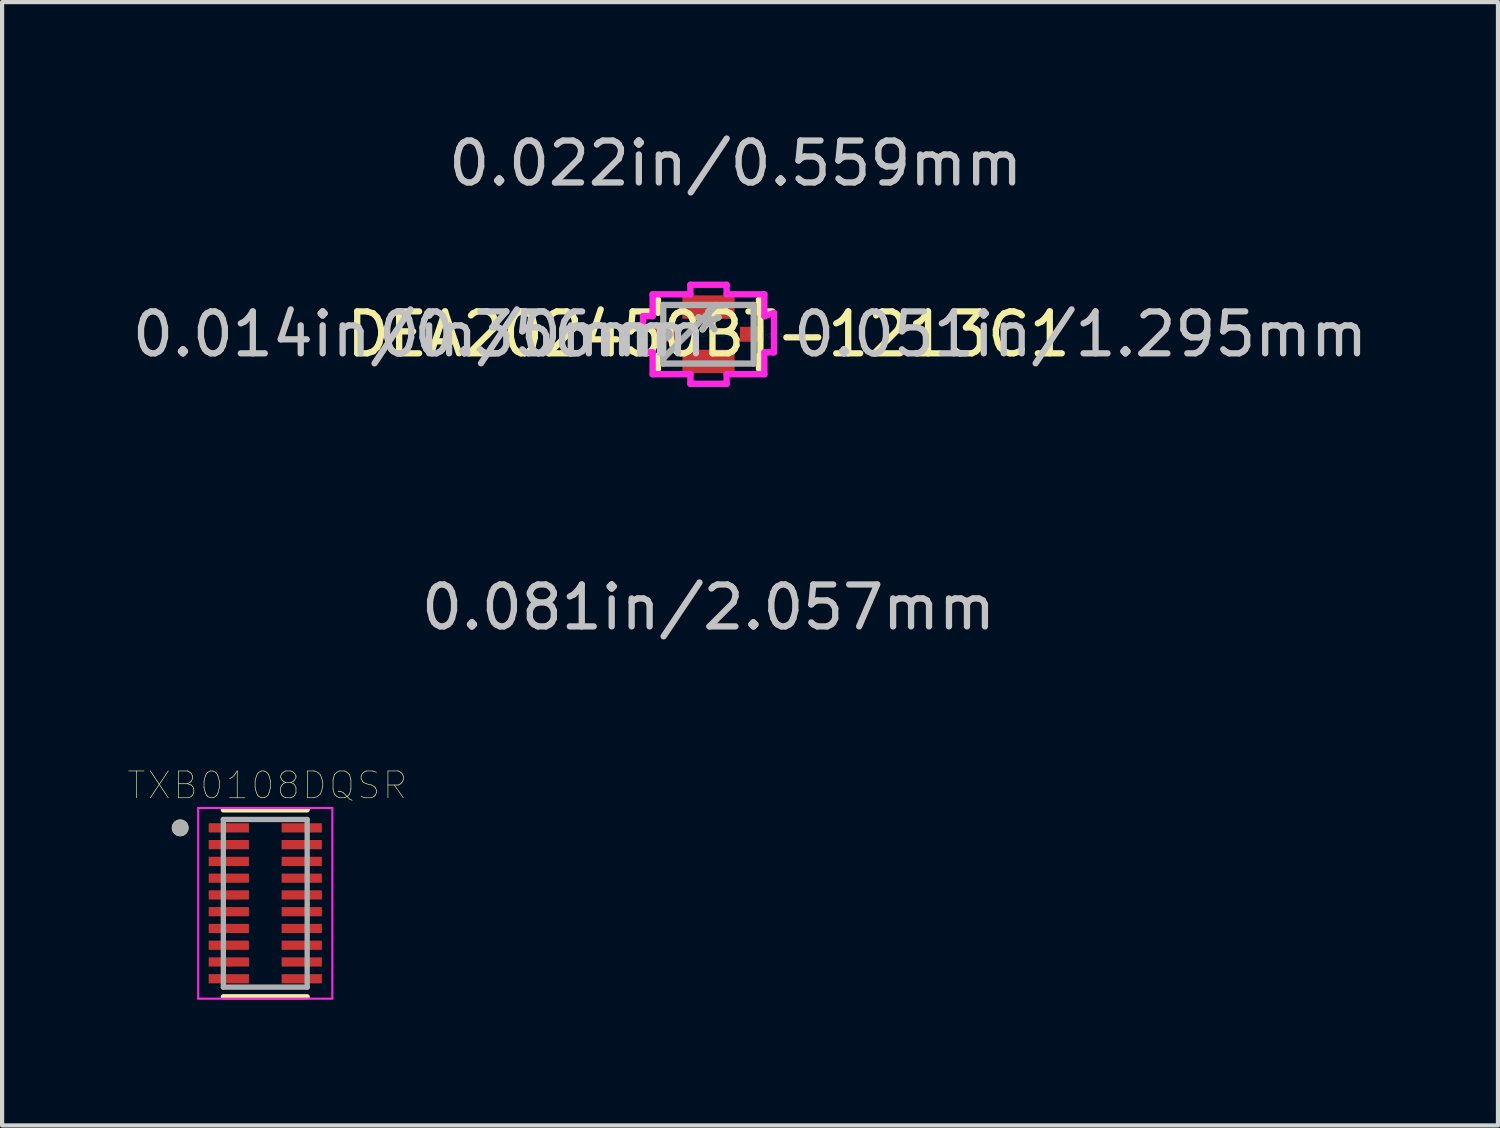
<source format=kicad_pcb>
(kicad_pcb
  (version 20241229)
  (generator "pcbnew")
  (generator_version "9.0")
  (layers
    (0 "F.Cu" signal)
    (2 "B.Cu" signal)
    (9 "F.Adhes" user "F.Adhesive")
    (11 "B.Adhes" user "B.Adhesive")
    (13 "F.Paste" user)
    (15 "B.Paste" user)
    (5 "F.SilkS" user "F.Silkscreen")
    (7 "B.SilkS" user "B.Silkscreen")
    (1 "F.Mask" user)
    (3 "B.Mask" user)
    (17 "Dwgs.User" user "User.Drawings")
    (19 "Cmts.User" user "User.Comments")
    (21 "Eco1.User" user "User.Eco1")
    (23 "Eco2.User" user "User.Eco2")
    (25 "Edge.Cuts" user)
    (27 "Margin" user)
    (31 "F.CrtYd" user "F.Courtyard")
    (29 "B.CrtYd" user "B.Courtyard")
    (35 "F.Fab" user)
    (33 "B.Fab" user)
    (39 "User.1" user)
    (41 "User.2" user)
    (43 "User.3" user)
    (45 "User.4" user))
  (footprint "TXB0108DQSR"
    (layer "F.Cu")
    (at 3.279 18.502)
    (property "Reference" "TXB0108DQSR" (at 0.047 -2.813 0) (layer "F.SilkS") (effects (font (size 0.64 0.64) (thickness 0.015))))
    (attr through_hole)
    (fp_line (start -1 -2.23) (end 1 -2.23) (stroke (width 0.127) (type solid)) (layer "F.SilkS"))
    (fp_line (start -1 2.23) (end 1 2.23) (stroke (width 0.127) (type solid)) (layer "F.SilkS"))
    (fp_circle (center -2.03 -1.8) (end -1.93 -1.8) (stroke (width 0.2) (type solid)) (fill no) (layer "F.SilkS"))
    (fp_line (start -1.6 -2.275) (end -1.6 2.275) (stroke (width 0.05) (type solid)) (layer "F.CrtYd"))
    (fp_line (start -1.6 -2.275) (end 1.6 -2.275) (stroke (width 0.05) (type solid)) (layer "F.CrtYd"))
    (fp_line (start -1.6 2.275) (end 1.6 2.275) (stroke (width 0.05) (type solid)) (layer "F.CrtYd"))
    (fp_line (start 1.6 -2.275) (end 1.6 2.275) (stroke (width 0.05) (type solid)) (layer "F.CrtYd"))
    (fp_line (start -1 -2) (end -1 2) (stroke (width 0.127) (type solid)) (layer "F.Fab"))
    (fp_line (start -1 -2) (end 1 -2) (stroke (width 0.127) (type solid)) (layer "F.Fab"))
    (fp_line (start -1 2) (end 1 2) (stroke (width 0.127) (type solid)) (layer "F.Fab"))
    (fp_line (start 1 -2) (end 1 2) (stroke (width 0.127) (type solid)) (layer "F.Fab"))
    (fp_circle (center -2.03 -1.8) (end -1.93 -1.8) (stroke (width 0.2) (type solid)) (fill no) (layer "F.Fab"))
    (pad "1" smd rect (at -0.87 -1.8) (size 0.96 0.22) (layers "F.Cu" "F.Mask" "F.Paste"))
    (pad "2" smd rect (at -0.87 -1.4) (size 0.96 0.22) (layers "F.Cu" "F.Mask" "F.Paste"))
    (pad "3" smd rect (at -0.87 -1) (size 0.96 0.22) (layers "F.Cu" "F.Mask" "F.Paste"))
    (pad "4" smd rect (at -0.87 -0.6) (size 0.96 0.22) (layers "F.Cu" "F.Mask" "F.Paste"))
    (pad "5" smd rect (at -0.87 -0.2) (size 0.96 0.22) (layers "F.Cu" "F.Mask" "F.Paste"))
    (pad "6" smd rect (at -0.87 0.2) (size 0.96 0.22) (layers "F.Cu" "F.Mask" "F.Paste"))
    (pad "7" smd rect (at -0.87 0.6) (size 0.96 0.22) (layers "F.Cu" "F.Mask" "F.Paste"))
    (pad "8" smd rect (at -0.87 1) (size 0.96 0.22) (layers "F.Cu" "F.Mask" "F.Paste"))
    (pad "9" smd rect (at -0.87 1.4) (size 0.96 0.22) (layers "F.Cu" "F.Mask" "F.Paste"))
    (pad "10" smd rect (at -0.87 1.8) (size 0.96 0.22) (layers "F.Cu" "F.Mask" "F.Paste"))
    (pad "11" smd rect (at 0.87 1.8) (size 0.96 0.22) (layers "F.Cu" "F.Mask" "F.Paste"))
    (pad "12" smd rect (at 0.87 1.4) (size 0.96 0.22) (layers "F.Cu" "F.Mask" "F.Paste"))
    (pad "13" smd rect (at 0.87 1) (size 0.96 0.22) (layers "F.Cu" "F.Mask" "F.Paste"))
    (pad "14" smd rect (at 0.87 0.6) (size 0.96 0.22) (layers "F.Cu" "F.Mask" "F.Paste"))
    (pad "15" smd rect (at 0.87 0.2) (size 0.96 0.22) (layers "F.Cu" "F.Mask" "F.Paste"))
    (pad "16" smd rect (at 0.87 -0.2) (size 0.96 0.22) (layers "F.Cu" "F.Mask" "F.Paste"))
    (pad "17" smd rect (at 0.87 -0.6) (size 0.96 0.22) (layers "F.Cu" "F.Mask" "F.Paste"))
    (pad "18" smd rect (at 0.87 -1) (size 0.96 0.22) (layers "F.Cu" "F.Mask" "F.Paste"))
    (pad "19" smd rect (at 0.87 -1.4) (size 0.96 0.22) (layers "F.Cu" "F.Mask" "F.Paste"))
    (pad "20" smd rect (at 0.87 -1.8) (size 0.96 0.22) (layers "F.Cu" "F.Mask" "F.Paste")))
  (footprint "DEA202450BT-1213C1"
    (layer "F.Cu")
    (at 13.854 4.925)
    (property "Reference" "DEA202450BT-1213C1" (at 0 0 0) (layer "F.SilkS") (effects (font (size 1 1) (thickness 0.15))))
    (attr through_hole)
    (fp_line (start -1.206 -0.826) (end -1.206 -0.511) (stroke (width 0.152) (type solid)) (layer "F.SilkS"))
    (fp_line (start -1.206 0.511) (end -1.206 0.826) (stroke (width 0.152) (type solid)) (layer "F.SilkS"))
    (fp_line (start 1.206 -0.511) (end 1.206 -0.826) (stroke (width 0.152) (type solid)) (layer "F.SilkS"))
    (fp_line (start 1.206 0.826) (end 1.206 0.511) (stroke (width 0.152) (type solid)) (layer "F.SilkS"))
    (fp_line (start -1.562 -0.432) (end -1.333 -0.432) (stroke (width 0.152) (type solid)) (layer "F.CrtYd"))
    (fp_line (start -1.562 0.432) (end -1.562 -0.432) (stroke (width 0.152) (type solid)) (layer "F.CrtYd"))
    (fp_line (start -1.333 -0.953) (end -0.432 -0.953) (stroke (width 0.152) (type solid)) (layer "F.CrtYd"))
    (fp_line (start -1.333 -0.432) (end -1.333 -0.953) (stroke (width 0.152) (type solid)) (layer "F.CrtYd"))
    (fp_line (start -1.333 0.432) (end -1.562 0.432) (stroke (width 0.152) (type solid)) (layer "F.CrtYd"))
    (fp_line (start -1.333 0.953) (end -1.333 0.432) (stroke (width 0.152) (type solid)) (layer "F.CrtYd"))
    (fp_line (start -0.432 -1.181) (end 0.432 -1.181) (stroke (width 0.152) (type solid)) (layer "F.CrtYd"))
    (fp_line (start -0.432 -0.953) (end -0.432 -1.181) (stroke (width 0.152) (type solid)) (layer "F.CrtYd"))
    (fp_line (start -0.432 0.953) (end -1.333 0.953) (stroke (width 0.152) (type solid)) (layer "F.CrtYd"))
    (fp_line (start -0.432 1.181) (end -0.432 0.953) (stroke (width 0.152) (type solid)) (layer "F.CrtYd"))
    (fp_line (start 0.432 -1.181) (end 0.432 -0.953) (stroke (width 0.152) (type solid)) (layer "F.CrtYd"))
    (fp_line (start 0.432 -0.953) (end 1.333 -0.953) (stroke (width 0.152) (type solid)) (layer "F.CrtYd"))
    (fp_line (start 0.432 0.953) (end 0.432 1.181) (stroke (width 0.152) (type solid)) (layer "F.CrtYd"))
    (fp_line (start 0.432 1.181) (end -0.432 1.181) (stroke (width 0.152) (type solid)) (layer "F.CrtYd"))
    (fp_line (start 1.333 -0.953) (end 1.333 -0.432) (stroke (width 0.152) (type solid)) (layer "F.CrtYd"))
    (fp_line (start 1.333 -0.432) (end 1.562 -0.508) (stroke (width 0.152) (type solid)) (layer "F.CrtYd"))
    (fp_line (start 1.333 0.432) (end 1.333 0.953) (stroke (width 0.152) (type solid)) (layer "F.CrtYd"))
    (fp_line (start 1.333 0.953) (end 0.432 0.953) (stroke (width 0.152) (type solid)) (layer "F.CrtYd"))
    (fp_line (start 1.562 -0.508) (end 1.562 0.432) (stroke (width 0.152) (type solid)) (layer "F.CrtYd"))
    (fp_line (start 1.562 0.432) (end 1.333 0.432) (stroke (width 0.152) (type solid)) (layer "F.CrtYd"))
    (fp_line (start -1.079 -0.699) (end -1.079 0.699) (stroke (width 0.152) (type solid)) (layer "F.Fab"))
    (fp_line (start -1.079 0.572) (end 0.191 -0.699) (stroke (width 0.152) (type solid)) (layer "F.Fab"))
    (fp_line (start -1.079 0.699) (end 1.079 0.699) (stroke (width 0.152) (type solid)) (layer "F.Fab"))
    (fp_line (start 1.079 -0.699) (end -1.079 -0.699) (stroke (width 0.152) (type solid)) (layer "F.Fab"))
    (fp_line (start 1.079 0.699) (end 1.079 -0.699) (stroke (width 0.152) (type solid)) (layer "F.Fab"))
    (fp_circle (center -1.003 0) (end -0.927 0) (stroke (width 0.152) (type solid)) (fill no) (layer "F.Fab"))
    (fp_text user "*" (at 0 0 0) (layer "F.SilkS") (effects (font (size 1 1) (thickness 0.15))))
    (fp_text user "0in/0mm" (at -4.356 0 0) (layer "Dwgs.User") (effects (font (size 1 1) (thickness 0.15))))
    (fp_text user "0.014in/0.356mm" (at -6.896 0 0) (layer "Dwgs.User") (effects (font (size 1 1) (thickness 0.15))))
    (fp_text user "0.081in/2.057mm" (at 0 6.515 0) (layer "Dwgs.User") (effects (font (size 1 1) (thickness 0.15))))
    (fp_text user "0.051in/1.295mm" (at 8.877 0 0) (layer "Dwgs.User") (effects (font (size 1 1) (thickness 0.15))))
    (fp_text user "0.022in/0.559mm" (at 0.648 -4.077 0) (layer "Dwgs.User") (effects (font (size 1 1) (thickness 0.15))))
    (fp_text user "Copyright 2016 Accelerated Designs. All rights reserved." (at 0 0 0) (layer "Cmts.User") (effects (font (size 0.127 0.127) (thickness 0.002))))
    (fp_text user "*" (at 0 0 0) (layer "F.Fab") (effects (font (size 1 1) (thickness 0.15))))
    (pad "1" smd rect (at -1.029 0) (size 0.559 0.356) (layers "F.Cu" "F.Mask" "F.Paste"))
    (pad "2" smd rect (at 0 -0.648 90) (size 0.559 1.245) (layers "F.Cu" "F.Mask" "F.Paste"))
    (pad "3" smd rect (at 1.029 0) (size 0.559 0.356) (layers "F.Cu" "F.Mask" "F.Paste"))
    (pad "4" smd rect (at 0 0.648 90) (size 0.559 1.245) (layers "F.Cu" "F.Mask" "F.Paste")))
  (gr_rect
    (start -3 -3)
    (end 32.69 23.802)
    (stroke (width 0.1) (type default))
    (fill no)
    (layer "Edge.Cuts")))
</source>
